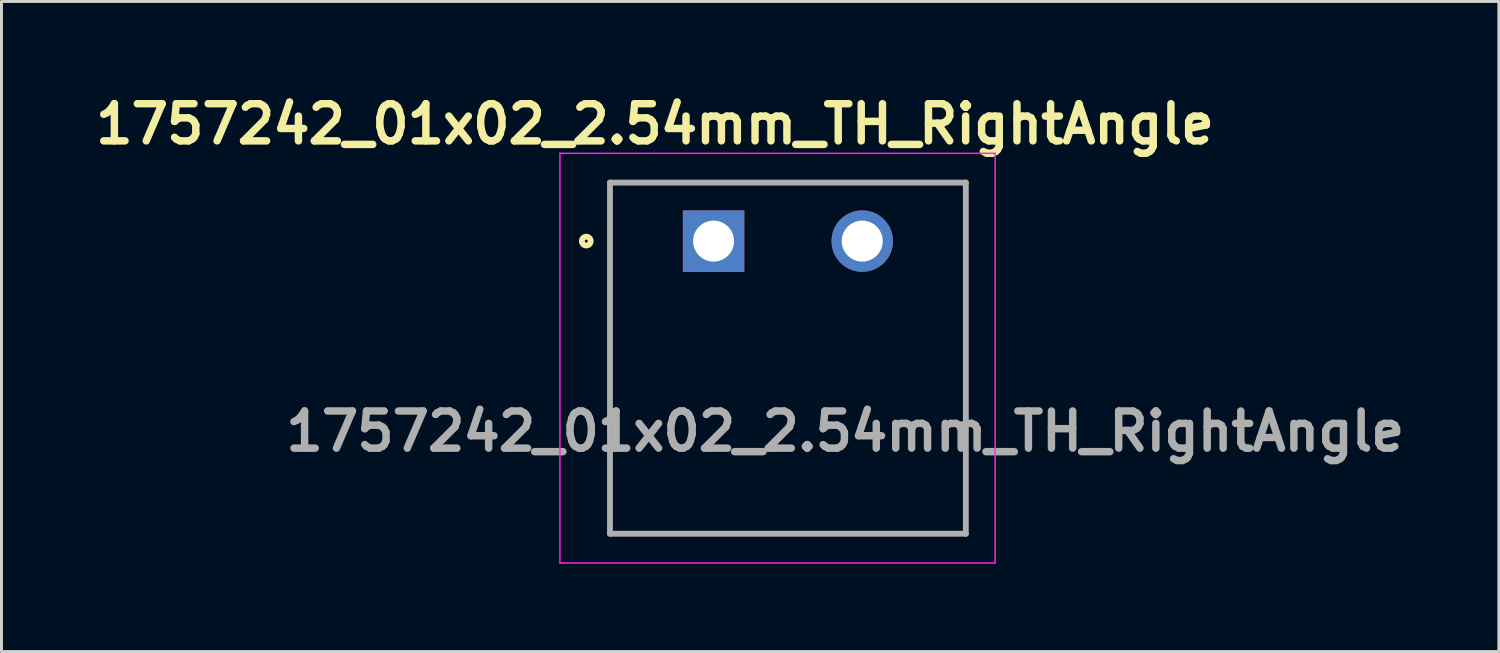
<source format=kicad_pcb>
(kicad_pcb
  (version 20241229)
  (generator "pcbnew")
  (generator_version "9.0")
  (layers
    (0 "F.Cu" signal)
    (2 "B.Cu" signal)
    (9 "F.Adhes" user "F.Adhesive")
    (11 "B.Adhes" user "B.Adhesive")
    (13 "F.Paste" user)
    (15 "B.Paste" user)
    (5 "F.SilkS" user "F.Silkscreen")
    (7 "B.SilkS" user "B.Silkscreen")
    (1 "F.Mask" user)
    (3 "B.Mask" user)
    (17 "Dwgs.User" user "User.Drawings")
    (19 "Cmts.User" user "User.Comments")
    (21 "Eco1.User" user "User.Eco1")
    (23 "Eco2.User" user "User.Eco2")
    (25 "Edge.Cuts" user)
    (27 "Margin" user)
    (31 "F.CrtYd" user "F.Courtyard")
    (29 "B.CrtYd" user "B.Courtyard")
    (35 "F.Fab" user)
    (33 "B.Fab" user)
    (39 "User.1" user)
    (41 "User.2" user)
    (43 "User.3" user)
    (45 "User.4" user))
  (footprint "1757242_01x02_2.54mm_TH_RightAngle"
    (layer "F.Cu")
    (at 21.334 5.189)
    (property "Reference" "1757242_01x02_2.54mm_TH_RightAngle" (at -2 -4 0) (layer "F.SilkS") (effects (font (size 1.27 1.27) (thickness 0.254))))
    (attr through_hole)
    (fp_line (start -3.54 -2) (end 8.62 -2) (stroke (width 0.1) (type solid)) (layer "F.SilkS"))
    (fp_line (start -3.54 10) (end -3.54 -2) (stroke (width 0.1) (type solid)) (layer "F.SilkS"))
    (fp_line (start 8.62 -2) (end 8.62 10) (stroke (width 0.1) (type solid)) (layer "F.SilkS"))
    (fp_line (start 8.62 10) (end -3.54 10) (stroke (width 0.1) (type solid)) (layer "F.SilkS"))
    (fp_circle (center -4.35 0) (end -4.35 0.05) (stroke (width 0.2) (type solid)) (fill no) (layer "F.SilkS"))
    (fp_line (start -5.25 -3) (end 9.62 -3) (stroke (width 0.05) (type solid)) (layer "F.CrtYd"))
    (fp_line (start -5.25 11) (end -5.25 -3) (stroke (width 0.05) (type solid)) (layer "F.CrtYd"))
    (fp_line (start 9.62 -3) (end 9.62 11) (stroke (width 0.05) (type solid)) (layer "F.CrtYd"))
    (fp_line (start 9.62 11) (end -5.25 11) (stroke (width 0.05) (type solid)) (layer "F.CrtYd"))
    (fp_line (start -3.54 -2) (end 8.62 -2) (stroke (width 0.2) (type solid)) (layer "F.Fab"))
    (fp_line (start -3.54 10) (end -3.54 -2) (stroke (width 0.2) (type solid)) (layer "F.Fab"))
    (fp_line (start 8.62 -2) (end 8.62 10) (stroke (width 0.2) (type solid)) (layer "F.Fab"))
    (fp_line (start 8.62 10) (end -3.54 10) (stroke (width 0.2) (type solid)) (layer "F.Fab"))
    (fp_text user "${REFERENCE}" (at 4.5 6.5 0) (layer "F.Fab") (effects (font (size 1.27 1.27) (thickness 0.254))))
    (pad "1" thru_hole rect (at 0 0) (size 2.1 2.1) (drill 1.4) (layers "*.Cu" "*.Mask"))
    (pad "2" thru_hole circle (at 5.08 0) (size 2.1 2.1) (drill 1.4) (layers "*.Cu" "*.Mask")))
  (gr_rect
    (start -3 -3)
    (end 48.168 19.214)
    (stroke (width 0.1) (type default))
    (fill no)
    (layer "Edge.Cuts")))
</source>
